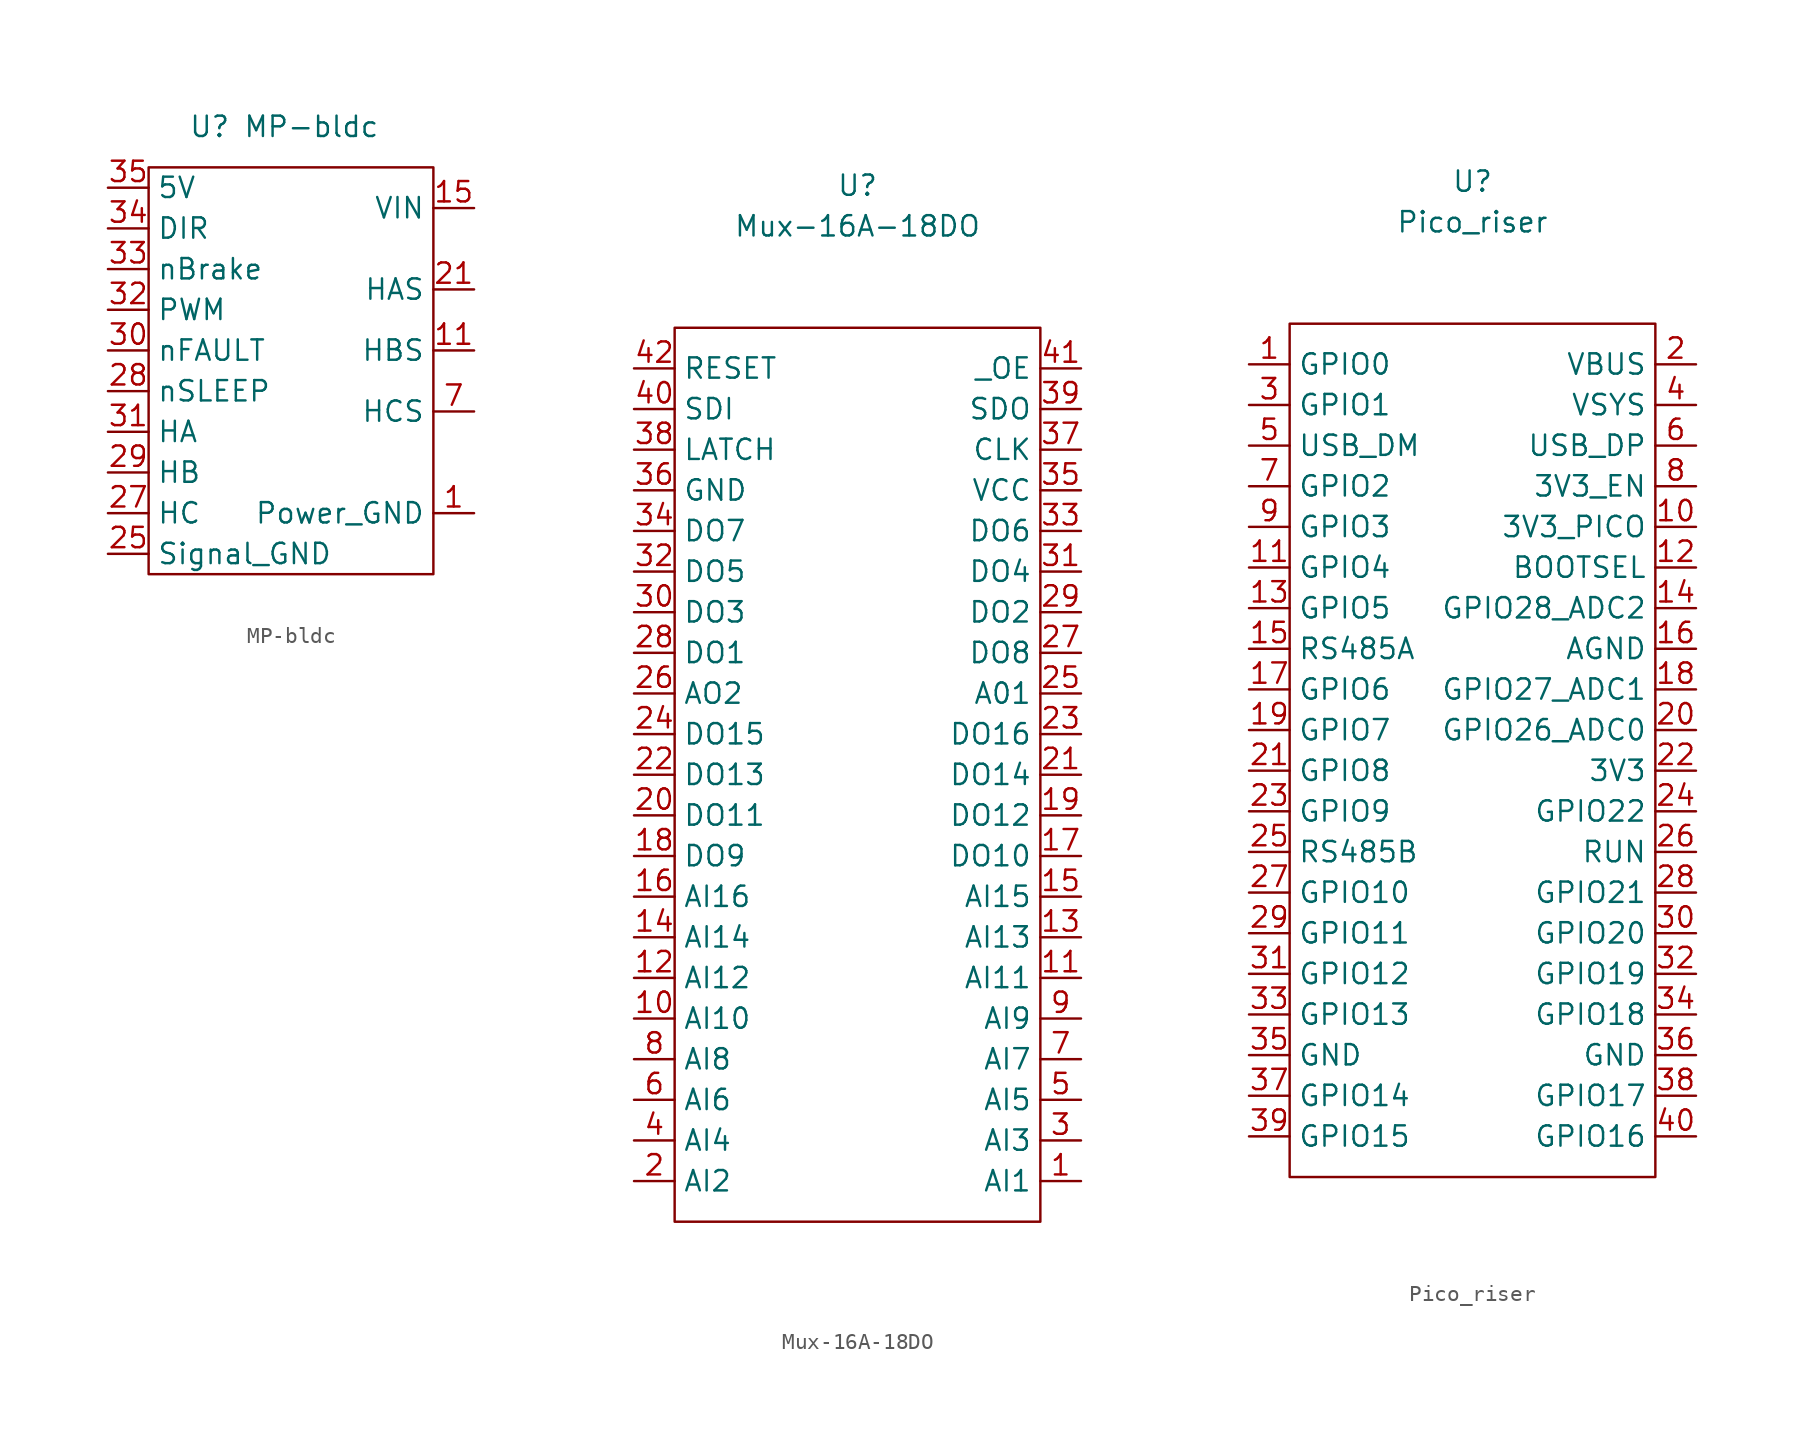
<source format=kicad_sym>
(kicad_symbol_lib
  (version 20211014)
  (generator kicad_symbol_editor)
  (symbol "MP-bldc"
    (property "Reference" "U"
      (at 0 5.08 0)
      (effects (font (size 1.27 1.27))))
    (property "Value" "MP-bldc"
      (at 6.35 5.08 0)
      (effects (font (size 1.27 1.27))))
    (symbol "MP-bldc_0_1"
      (rectangle (start -3.81 2.54) (end 13.97 -22.86) (stroke (width 0) (type default) (color 0 0 0 0)) (fill (type none))))
    (symbol "MP-bldc_1_1"
      (pin input line (at 16.51 -19.05 180) (length 2.54) (name "Power_GND" (effects (font (size 1.27 1.27)))) (number "1" (effects (font (size 1.27 1.27)))))
      (pin input line (at 16.51 -8.89 180) (length 2.54) (name "HBS" (effects (font (size 1.27 1.27)))) (number "11" (effects (font (size 1.27 1.27)))))
      (pin input line (at 16.51 0 180) (length 2.54) (name "VIN" (effects (font (size 1.27 1.27)))) (number "15" (effects (font (size 1.27 1.27)))))
      (pin input line (at 16.51 -5.08 180) (length 2.54) (name "HAS" (effects (font (size 1.27 1.27)))) (number "21" (effects (font (size 1.27 1.27)))))
      (pin input line (at -6.35 -21.59 0) (length 2.54) (name "Signal_GND" (effects (font (size 1.27 1.27)))) (number "25" (effects (font (size 1.27 1.27)))))
      (pin input line (at -6.35 -19.05 0) (length 2.54) (name "HC" (effects (font (size 1.27 1.27)))) (number "27" (effects (font (size 1.27 1.27)))))
      (pin input line (at -6.35 -11.43 0) (length 2.54) (name "nSLEEP" (effects (font (size 1.27 1.27)))) (number "28" (effects (font (size 1.27 1.27)))))
      (pin input line (at -6.35 -16.51 0) (length 2.54) (name "HB" (effects (font (size 1.27 1.27)))) (number "29" (effects (font (size 1.27 1.27)))))
      (pin input line (at -6.35 -8.89 0) (length 2.54) (name "nFAULT" (effects (font (size 1.27 1.27)))) (number "30" (effects (font (size 1.27 1.27)))))
      (pin input line (at -6.35 -13.97 0) (length 2.54) (name "HA" (effects (font (size 1.27 1.27)))) (number "31" (effects (font (size 1.27 1.27)))))
      (pin input line (at -6.35 -6.35 0) (length 2.54) (name "PWM" (effects (font (size 1.27 1.27)))) (number "32" (effects (font (size 1.27 1.27)))))
      (pin input line (at -6.35 -3.81 0) (length 2.54) (name "nBrake" (effects (font (size 1.27 1.27)))) (number "33" (effects (font (size 1.27 1.27)))))
      (pin input line (at -6.35 -1.27 0) (length 2.54) (name "DIR" (effects (font (size 1.27 1.27)))) (number "34" (effects (font (size 1.27 1.27)))))
      (pin input line (at -6.35 1.27 0) (length 2.54) (name "5V" (effects (font (size 1.27 1.27)))) (number "35" (effects (font (size 1.27 1.27)))))
      (pin input line (at 16.51 -12.7 180) (length 2.54) (name "HCS" (effects (font (size 1.27 1.27)))) (number "7" (effects (font (size 1.27 1.27)))))))
  (symbol "Mux-16A-18DO"
    (property "Reference" "U"
      (at 0 35.56 0)
      (effects (font (size 1.27 1.27))))
    (property "Value" "Mux-16A-18DO"
      (at 0 33.02 0)
      (effects (font (size 1.27 1.27))))
    (symbol "Mux-16A-18DO_0_1"
      (rectangle (start 11.43 -29.21) (end -11.43 26.67) (stroke (width 0) (type default) (color 0 0 0 0)) (fill (type none))))
    (symbol "Mux-16A-18DO_1_1"
      (pin input line (at 13.97 -26.67 180) (length 2.54) (name "AI1" (effects (font (size 1.27 1.27)))) (number "1" (effects (font (size 1.27 1.27)))))
      (pin input line (at -13.97 -16.51 0) (length 2.54) (name "AI10" (effects (font (size 1.27 1.27)))) (number "10" (effects (font (size 1.27 1.27)))))
      (pin input line (at 13.97 -13.97 180) (length 2.54) (name "AI11" (effects (font (size 1.27 1.27)))) (number "11" (effects (font (size 1.27 1.27)))))
      (pin input line (at -13.97 -13.97 0) (length 2.54) (name "AI12" (effects (font (size 1.27 1.27)))) (number "12" (effects (font (size 1.27 1.27)))))
      (pin input line (at 13.97 -11.43 180) (length 2.54) (name "AI13" (effects (font (size 1.27 1.27)))) (number "13" (effects (font (size 1.27 1.27)))))
      (pin input line (at -13.97 -11.43 0) (length 2.54) (name "AI14" (effects (font (size 1.27 1.27)))) (number "14" (effects (font (size 1.27 1.27)))))
      (pin input line (at 13.97 -8.89 180) (length 2.54) (name "AI15" (effects (font (size 1.27 1.27)))) (number "15" (effects (font (size 1.27 1.27)))))
      (pin input line (at -13.97 -8.89 0) (length 2.54) (name "AI16" (effects (font (size 1.27 1.27)))) (number "16" (effects (font (size 1.27 1.27)))))
      (pin input line (at 13.97 -6.35 180) (length 2.54) (name "DO10" (effects (font (size 1.27 1.27)))) (number "17" (effects (font (size 1.27 1.27)))))
      (pin input line (at -13.97 -6.35 0) (length 2.54) (name "DO9" (effects (font (size 1.27 1.27)))) (number "18" (effects (font (size 1.27 1.27)))))
      (pin input line (at 13.97 -3.81 180) (length 2.54) (name "DO12" (effects (font (size 1.27 1.27)))) (number "19" (effects (font (size 1.27 1.27)))))
      (pin input line (at -13.97 -26.67 0) (length 2.54) (name "AI2" (effects (font (size 1.27 1.27)))) (number "2" (effects (font (size 1.27 1.27)))))
      (pin input line (at -13.97 -3.81 0) (length 2.54) (name "DO11" (effects (font (size 1.27 1.27)))) (number "20" (effects (font (size 1.27 1.27)))))
      (pin input line (at 13.97 -1.27 180) (length 2.54) (name "DO14" (effects (font (size 1.27 1.27)))) (number "21" (effects (font (size 1.27 1.27)))))
      (pin input line (at -13.97 -1.27 0) (length 2.54) (name "DO13" (effects (font (size 1.27 1.27)))) (number "22" (effects (font (size 1.27 1.27)))))
      (pin input line (at 13.97 1.27 180) (length 2.54) (name "DO16" (effects (font (size 1.27 1.27)))) (number "23" (effects (font (size 1.27 1.27)))))
      (pin input line (at -13.97 1.27 0) (length 2.54) (name "DO15" (effects (font (size 1.27 1.27)))) (number "24" (effects (font (size 1.27 1.27)))))
      (pin input line (at 13.97 3.81 180) (length 2.54) (name "A01" (effects (font (size 1.27 1.27)))) (number "25" (effects (font (size 1.27 1.27)))))
      (pin input line (at -13.97 3.81 0) (length 2.54) (name "AO2" (effects (font (size 1.27 1.27)))) (number "26" (effects (font (size 1.27 1.27)))))
      (pin input line (at 13.97 6.35 180) (length 2.54) (name "DO8" (effects (font (size 1.27 1.27)))) (number "27" (effects (font (size 1.27 1.27)))))
      (pin input line (at -13.97 6.35 0) (length 2.54) (name "DO1" (effects (font (size 1.27 1.27)))) (number "28" (effects (font (size 1.27 1.27)))))
      (pin input line (at 13.97 8.89 180) (length 2.54) (name "DO2" (effects (font (size 1.27 1.27)))) (number "29" (effects (font (size 1.27 1.27)))))
      (pin input line (at 13.97 -24.13 180) (length 2.54) (name "AI3" (effects (font (size 1.27 1.27)))) (number "3" (effects (font (size 1.27 1.27)))))
      (pin input line (at -13.97 8.89 0) (length 2.54) (name "DO3" (effects (font (size 1.27 1.27)))) (number "30" (effects (font (size 1.27 1.27)))))
      (pin input line (at 13.97 11.43 180) (length 2.54) (name "DO4" (effects (font (size 1.27 1.27)))) (number "31" (effects (font (size 1.27 1.27)))))
      (pin input line (at -13.97 11.43 0) (length 2.54) (name "DO5" (effects (font (size 1.27 1.27)))) (number "32" (effects (font (size 1.27 1.27)))))
      (pin input line (at 13.97 13.97 180) (length 2.54) (name "DO6" (effects (font (size 1.27 1.27)))) (number "33" (effects (font (size 1.27 1.27)))))
      (pin input line (at -13.97 13.97 0) (length 2.54) (name "DO7" (effects (font (size 1.27 1.27)))) (number "34" (effects (font (size 1.27 1.27)))))
      (pin input line (at 13.97 16.51 180) (length 2.54) (name "VCC" (effects (font (size 1.27 1.27)))) (number "35" (effects (font (size 1.27 1.27)))))
      (pin input line (at -13.97 16.51 0) (length 2.54) (name "GND" (effects (font (size 1.27 1.27)))) (number "36" (effects (font (size 1.27 1.27)))))
      (pin input line (at 13.97 19.05 180) (length 2.54) (name "CLK" (effects (font (size 1.27 1.27)))) (number "37" (effects (font (size 1.27 1.27)))))
      (pin input line (at -13.97 19.05 0) (length 2.54) (name "LATCH" (effects (font (size 1.27 1.27)))) (number "38" (effects (font (size 1.27 1.27)))))
      (pin input line (at 13.97 21.59 180) (length 2.54) (name "SDO" (effects (font (size 1.27 1.27)))) (number "39" (effects (font (size 1.27 1.27)))))
      (pin input line (at -13.97 -24.13 0) (length 2.54) (name "AI4" (effects (font (size 1.27 1.27)))) (number "4" (effects (font (size 1.27 1.27)))))
      (pin input line (at -13.97 21.59 0) (length 2.54) (name "SDI" (effects (font (size 1.27 1.27)))) (number "40" (effects (font (size 1.27 1.27)))))
      (pin input line (at 13.97 24.13 180) (length 2.54) (name "_OE" (effects (font (size 1.27 1.27)))) (number "41" (effects (font (size 1.27 1.27)))))
      (pin input line (at -13.97 24.13 0) (length 2.54) (name "RESET" (effects (font (size 1.27 1.27)))) (number "42" (effects (font (size 1.27 1.27)))))
      (pin input line (at 13.97 -21.59 180) (length 2.54) (name "AI5" (effects (font (size 1.27 1.27)))) (number "5" (effects (font (size 1.27 1.27)))))
      (pin input line (at -13.97 -21.59 0) (length 2.54) (name "AI6" (effects (font (size 1.27 1.27)))) (number "6" (effects (font (size 1.27 1.27)))))
      (pin input line (at 13.97 -19.05 180) (length 2.54) (name "AI7" (effects (font (size 1.27 1.27)))) (number "7" (effects (font (size 1.27 1.27)))))
      (pin input line (at -13.97 -19.05 0) (length 2.54) (name "AI8" (effects (font (size 1.27 1.27)))) (number "8" (effects (font (size 1.27 1.27)))))
      (pin input line (at 13.97 -16.51 180) (length 2.54) (name "AI9" (effects (font (size 1.27 1.27)))) (number "9" (effects (font (size 1.27 1.27)))))))
  (symbol "Pico_riser"
    (property "Reference" "U"
      (at 0 35.56 0)
      (effects (font (size 1.27 1.27))))
    (property "Value" "Pico_riser"
      (at 0 33.02 0)
      (effects (font (size 1.27 1.27))))
    (symbol "Pico_riser_0_1"
      (rectangle (start -11.43 26.67) (end 11.43 -26.67) (stroke (width 0) (type default) (color 0 0 0 0)) (fill (type none))))
    (symbol "Pico_riser_1_1"
      (pin input line (at -13.97 24.13 0) (length 2.54) (name "GPIO0" (effects (font (size 1.27 1.27)))) (number "1" (effects (font (size 1.27 1.27)))))
      (pin input line (at 13.97 13.97 180) (length 2.54) (name "3V3_PICO" (effects (font (size 1.27 1.27)))) (number "10" (effects (font (size 1.27 1.27)))))
      (pin input line (at -13.97 11.43 0) (length 2.54) (name "GPIO4" (effects (font (size 1.27 1.27)))) (number "11" (effects (font (size 1.27 1.27)))))
      (pin input line (at 13.97 11.43 180) (length 2.54) (name "BOOTSEL" (effects (font (size 1.27 1.27)))) (number "12" (effects (font (size 1.27 1.27)))))
      (pin input line (at -13.97 8.89 0) (length 2.54) (name "GPIO5" (effects (font (size 1.27 1.27)))) (number "13" (effects (font (size 1.27 1.27)))))
      (pin input line (at 13.97 8.89 180) (length 2.54) (name "GPIO28_ADC2" (effects (font (size 1.27 1.27)))) (number "14" (effects (font (size 1.27 1.27)))))
      (pin input line (at -13.97 6.35 0) (length 2.54) (name "RS485A" (effects (font (size 1.27 1.27)))) (number "15" (effects (font (size 1.27 1.27)))))
      (pin input line (at 13.97 6.35 180) (length 2.54) (name "AGND" (effects (font (size 1.27 1.27)))) (number "16" (effects (font (size 1.27 1.27)))))
      (pin input line (at -13.97 3.81 0) (length 2.54) (name "GPIO6" (effects (font (size 1.27 1.27)))) (number "17" (effects (font (size 1.27 1.27)))))
      (pin input line (at 13.97 3.81 180) (length 2.54) (name "GPIO27_ADC1" (effects (font (size 1.27 1.27)))) (number "18" (effects (font (size 1.27 1.27)))))
      (pin input line (at -13.97 1.27 0) (length 2.54) (name "GPIO7" (effects (font (size 1.27 1.27)))) (number "19" (effects (font (size 1.27 1.27)))))
      (pin input line (at 13.97 24.13 180) (length 2.54) (name "VBUS" (effects (font (size 1.27 1.27)))) (number "2" (effects (font (size 1.27 1.27)))))
      (pin input line (at 13.97 1.27 180) (length 2.54) (name "GPIO26_ADC0" (effects (font (size 1.27 1.27)))) (number "20" (effects (font (size 1.27 1.27)))))
      (pin input line (at -13.97 -1.27 0) (length 2.54) (name "GPIO8" (effects (font (size 1.27 1.27)))) (number "21" (effects (font (size 1.27 1.27)))))
      (pin input line (at 13.97 -1.27 180) (length 2.54) (name "3V3" (effects (font (size 1.27 1.27)))) (number "22" (effects (font (size 1.27 1.27)))))
      (pin input line (at -13.97 -3.81 0) (length 2.54) (name "GPIO9" (effects (font (size 1.27 1.27)))) (number "23" (effects (font (size 1.27 1.27)))))
      (pin input line (at 13.97 -3.81 180) (length 2.54) (name "GPIO22" (effects (font (size 1.27 1.27)))) (number "24" (effects (font (size 1.27 1.27)))))
      (pin input line (at -13.97 -6.35 0) (length 2.54) (name "RS485B" (effects (font (size 1.27 1.27)))) (number "25" (effects (font (size 1.27 1.27)))))
      (pin input line (at 13.97 -6.35 180) (length 2.54) (name "RUN" (effects (font (size 1.27 1.27)))) (number "26" (effects (font (size 1.27 1.27)))))
      (pin input line (at -13.97 -8.89 0) (length 2.54) (name "GPIO10" (effects (font (size 1.27 1.27)))) (number "27" (effects (font (size 1.27 1.27)))))
      (pin input line (at 13.97 -8.89 180) (length 2.54) (name "GPIO21" (effects (font (size 1.27 1.27)))) (number "28" (effects (font (size 1.27 1.27)))))
      (pin input line (at -13.97 -11.43 0) (length 2.54) (name "GPIO11" (effects (font (size 1.27 1.27)))) (number "29" (effects (font (size 1.27 1.27)))))
      (pin input line (at -13.97 21.59 0) (length 2.54) (name "GPIO1" (effects (font (size 1.27 1.27)))) (number "3" (effects (font (size 1.27 1.27)))))
      (pin input line (at 13.97 -11.43 180) (length 2.54) (name "GPIO20" (effects (font (size 1.27 1.27)))) (number "30" (effects (font (size 1.27 1.27)))))
      (pin input line (at -13.97 -13.97 0) (length 2.54) (name "GPIO12" (effects (font (size 1.27 1.27)))) (number "31" (effects (font (size 1.27 1.27)))))
      (pin input line (at 13.97 -13.97 180) (length 2.54) (name "GPIO19" (effects (font (size 1.27 1.27)))) (number "32" (effects (font (size 1.27 1.27)))))
      (pin input line (at -13.97 -16.51 0) (length 2.54) (name "GPIO13" (effects (font (size 1.27 1.27)))) (number "33" (effects (font (size 1.27 1.27)))))
      (pin input line (at 13.97 -16.51 180) (length 2.54) (name "GPIO18" (effects (font (size 1.27 1.27)))) (number "34" (effects (font (size 1.27 1.27)))))
      (pin input line (at -13.97 -19.05 0) (length 2.54) (name "GND" (effects (font (size 1.27 1.27)))) (number "35" (effects (font (size 1.27 1.27)))))
      (pin input line (at 13.97 -19.05 180) (length 2.54) (name "GND" (effects (font (size 1.27 1.27)))) (number "36" (effects (font (size 1.27 1.27)))))
      (pin input line (at -13.97 -21.59 0) (length 2.54) (name "GPIO14" (effects (font (size 1.27 1.27)))) (number "37" (effects (font (size 1.27 1.27)))))
      (pin input line (at 13.97 -21.59 180) (length 2.54) (name "GPIO17" (effects (font (size 1.27 1.27)))) (number "38" (effects (font (size 1.27 1.27)))))
      (pin input line (at -13.97 -24.13 0) (length 2.54) (name "GPIO15" (effects (font (size 1.27 1.27)))) (number "39" (effects (font (size 1.27 1.27)))))
      (pin input line (at 13.97 21.59 180) (length 2.54) (name "VSYS" (effects (font (size 1.27 1.27)))) (number "4" (effects (font (size 1.27 1.27)))))
      (pin input line (at 13.97 -24.13 180) (length 2.54) (name "GPIO16" (effects (font (size 1.27 1.27)))) (number "40" (effects (font (size 1.27 1.27)))))
      (pin input line (at -13.97 19.05 0) (length 2.54) (name "USB_DM" (effects (font (size 1.27 1.27)))) (number "5" (effects (font (size 1.27 1.27)))))
      (pin input line (at 13.97 19.05 180) (length 2.54) (name "USB_DP" (effects (font (size 1.27 1.27)))) (number "6" (effects (font (size 1.27 1.27)))))
      (pin input line (at -13.97 16.51 0) (length 2.54) (name "GPIO2" (effects (font (size 1.27 1.27)))) (number "7" (effects (font (size 1.27 1.27)))))
      (pin input line (at 13.97 16.51 180) (length 2.54) (name "3V3_EN" (effects (font (size 1.27 1.27)))) (number "8" (effects (font (size 1.27 1.27)))))
      (pin input line (at -13.97 13.97 0) (length 2.54) (name "GPIO3" (effects (font (size 1.27 1.27)))) (number "9" (effects (font (size 1.27 1.27))))))))
</source>
